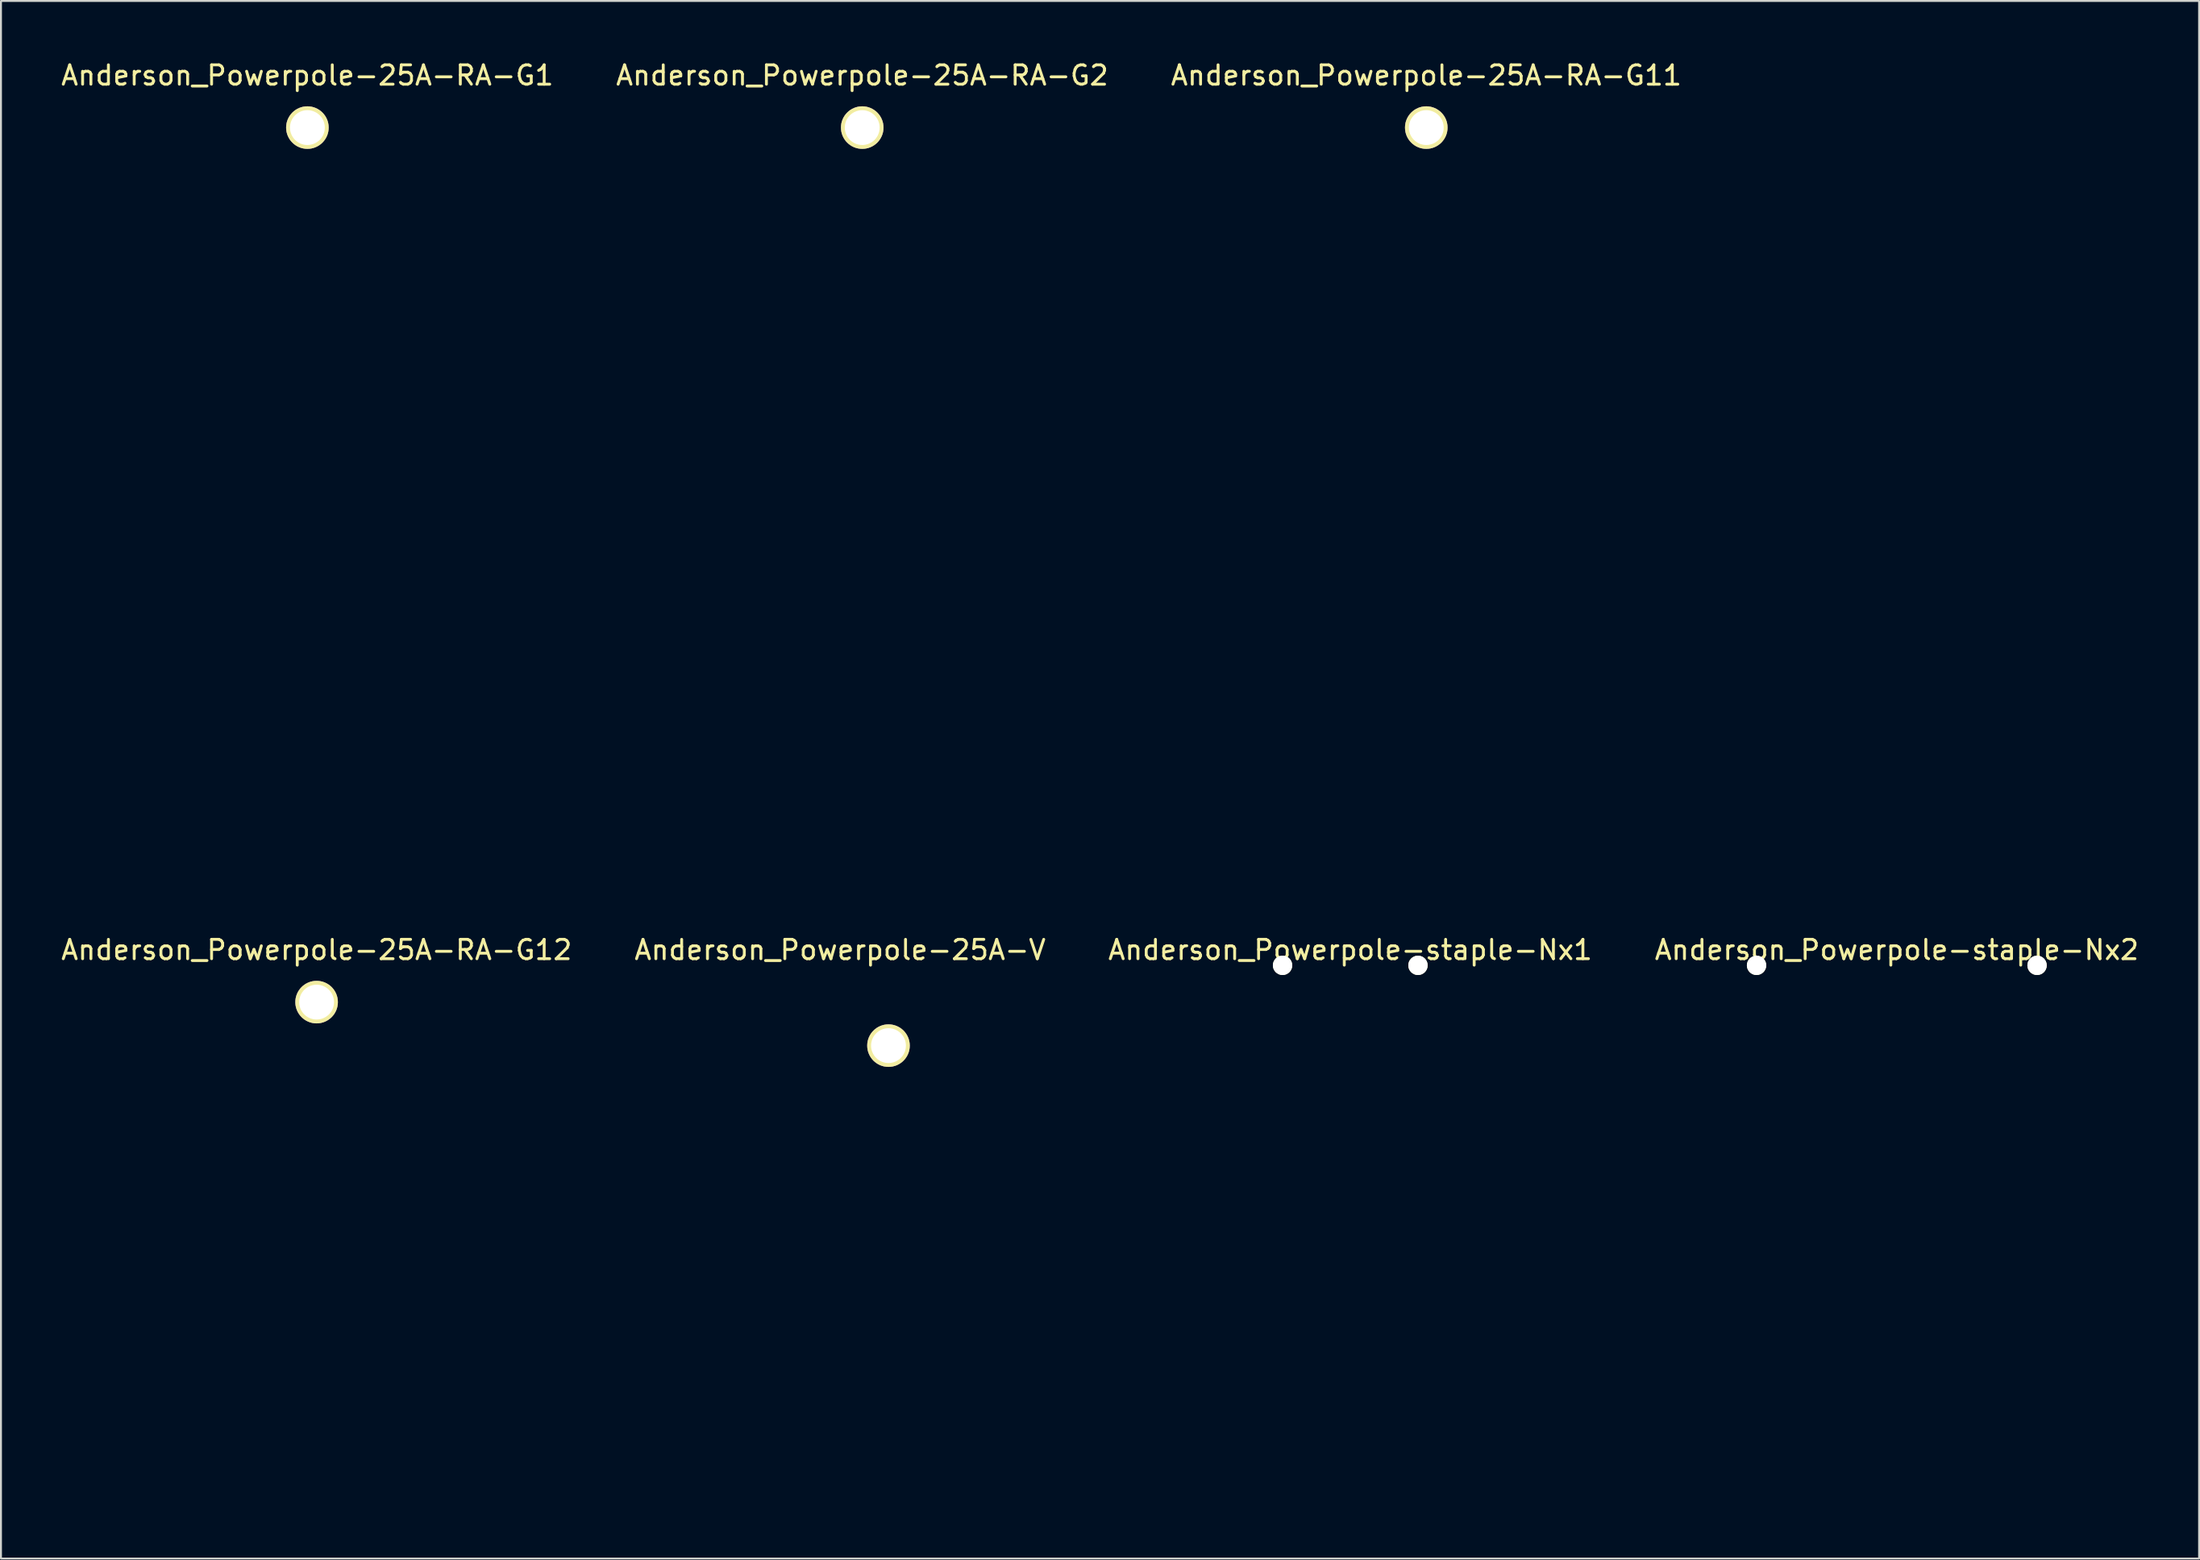
<source format=kicad_pcb>
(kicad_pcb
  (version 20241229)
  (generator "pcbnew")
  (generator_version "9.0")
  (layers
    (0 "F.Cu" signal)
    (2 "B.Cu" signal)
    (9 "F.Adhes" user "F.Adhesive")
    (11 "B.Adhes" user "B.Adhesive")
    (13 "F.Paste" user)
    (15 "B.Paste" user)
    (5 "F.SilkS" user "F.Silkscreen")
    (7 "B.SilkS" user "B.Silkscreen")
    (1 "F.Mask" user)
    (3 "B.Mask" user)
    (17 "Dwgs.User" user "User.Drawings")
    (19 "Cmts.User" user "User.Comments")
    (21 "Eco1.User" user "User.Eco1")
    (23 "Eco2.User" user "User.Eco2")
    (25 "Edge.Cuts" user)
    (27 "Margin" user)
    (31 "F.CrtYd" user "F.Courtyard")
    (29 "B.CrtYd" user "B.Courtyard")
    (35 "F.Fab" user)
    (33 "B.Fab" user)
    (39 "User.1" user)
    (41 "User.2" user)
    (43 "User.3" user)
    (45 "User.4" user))
  (footprint "Anderson_Powerpole-25A-RA-G1"
    (layer "F.Cu")
    (at 12.839 3.548)
    (property "Reference" "Anderson_Powerpole-25A-RA-G1" (at 0 -2.7 0) (layer "F.SilkS") (effects (font (size 1 1) (thickness 0.15))))
    (attr through_hole)
    (fp_line (start 0 1.5) (end 0 37.1) (stroke (width 0.15) (type solid)) (layer "Eco1.User"))
    (fp_line (start 0.25 37.1) (end -0.25 37.1) (stroke (width 0.15) (type solid)) (layer "Eco1.User"))
    (fp_line (start -4.2 14) (end 4.2 14) (stroke (width 0.15) (type solid)) (layer "Eco2.User"))
    (fp_line (start -4.1 27.4) (end -4.2 14) (stroke (width 0.15) (type solid)) (layer "Eco2.User"))
    (fp_line (start -3.95 38.6) (end -4.1 30) (stroke (width 0.15) (type solid)) (layer "Eco2.User"))
    (fp_line (start 3.95 38.6) (end -3.95 38.6) (stroke (width 0.15) (type solid)) (layer "Eco2.User"))
    (fp_line (start 3.95 38.6) (end 4.1 30) (stroke (width 0.15) (type solid)) (layer "Eco2.User"))
    (fp_line (start 4.1 27.4) (end 4.2 14) (stroke (width 0.15) (type solid)) (layer "Eco2.User"))
    (fp_arc (start -4.1 27.4) (mid -3.180761 27.780761) (end -2.8 28.7) (stroke (width 0.15) (type solid)) (layer "Eco2.User"))
    (fp_arc (start -2.8 28.7) (mid -3.180761 29.619239) (end -4.1 30) (stroke (width 0.15) (type solid)) (layer "Eco2.User"))
    (fp_arc (start 2.8 28.7) (mid 3.180761 27.780761) (end 4.1 27.4) (stroke (width 0.15) (type solid)) (layer "Eco2.User"))
    (fp_arc (start 4.1 30) (mid 3.180761 29.619239) (end 2.8 28.7) (stroke (width 0.15) (type solid)) (layer "Eco2.User"))
    (pad "1" thru_hole circle (at 0 0) (size 2.2 2.2) (drill 1.8) (layers "*.Cu" "*.Mask" "F.SilkS")))
  (footprint "Anderson_Powerpole-staple-Nx1"
    (layer "F.Cu")
    (at 66.744 46.871)
    (property "Reference" "Anderson_Powerpole-staple-Nx1" (at 0 -0.8 0) (layer "F.SilkS") (effects (font (size 1 1) (thickness 0.15))))
    (attr through_hole)
    (pad "" np_thru_hole circle (at -3.5 0) (size 1 1) (drill 1) (layers "*.Cu" "*.Mask" "F.SilkS"))
    (pad "" np_thru_hole circle (at 3.5 0) (size 1 1) (drill 1) (layers "*.Cu" "*.Mask" "F.SilkS")))
  (footprint "Anderson_Powerpole-25A-RA-G12"
    (layer "F.Cu")
    (at 13.315 48.772)
    (property "Reference" "Anderson_Powerpole-25A-RA-G12" (at 0 -2.7 0) (layer "F.SilkS") (effects (font (size 1 1) (thickness 0.15))))
    (attr through_hole)
    (fp_line (start -0.25 24.15) (end 0.25 24.15) (stroke (width 0.15) (type solid)) (layer "Eco1.User"))
    (fp_line (start 0 1.5) (end 0 24.1) (stroke (width 0.15) (type solid)) (layer "Eco1.User"))
    (fp_line (start -4.2 1.4) (end -4.1 14.5) (stroke (width 0.15) (type solid)) (layer "Eco2.User"))
    (fp_line (start -4.2 1.4) (end 4.2 1.4) (stroke (width 0.15) (type solid)) (layer "Eco2.User"))
    (fp_line (start -4.1 17.1) (end -3.95 25.7) (stroke (width 0.15) (type solid)) (layer "Eco2.User"))
    (fp_line (start 3.95 25.7) (end -3.95 25.7) (stroke (width 0.15) (type solid)) (layer "Eco2.User"))
    (fp_line (start 4.1 17.1) (end 3.95 25.7) (stroke (width 0.15) (type solid)) (layer "Eco2.User"))
    (fp_line (start 4.2 1.4) (end 4.1 14.5) (stroke (width 0.15) (type solid)) (layer "Eco2.User"))
    (fp_arc (start -4.1 14.5) (mid -3.180761 14.880761) (end -2.8 15.8) (stroke (width 0.15) (type solid)) (layer "Eco2.User"))
    (fp_arc (start -2.8 15.8) (mid -3.180761 16.719239) (end -4.1 17.1) (stroke (width 0.15) (type solid)) (layer "Eco2.User"))
    (fp_arc (start 2.8 15.8) (mid 3.180761 14.880761) (end 4.1 14.5) (stroke (width 0.15) (type solid)) (layer "Eco2.User"))
    (fp_arc (start 4.1 17.1) (mid 3.180761 16.719239) (end 2.8 15.8) (stroke (width 0.15) (type solid)) (layer "Eco2.User"))
    (pad "1" thru_hole circle (at 0 0) (size 2.2 2.2) (drill 1.8) (layers "*.Cu" "*.Mask" "F.SilkS")))
  (footprint "Anderson_Powerpole-25A-V"
    (layer "F.Cu")
    (at 42.875 51.022)
    (property "Reference" "Anderson_Powerpole-25A-V" (at -2.5 -4.95 0) (layer "F.SilkS") (effects (font (size 1 1) (thickness 0.15))))
    (attr through_hole)
    (fp_line (start -4.2 -4.2) (end 4.2 -4.2) (stroke (width 0.15) (type solid)) (layer "Eco2.User"))
    (fp_line (start -4.2 4.2) (end -4.2 -4.2) (stroke (width 0.15) (type solid)) (layer "Eco2.User"))
    (fp_line (start -3.95 -3.95) (end -3.95 3.95) (stroke (width 0.1) (type solid)) (layer "Eco2.User"))
    (fp_line (start -3.95 3.95) (end 3.95 3.95) (stroke (width 0.1) (type solid)) (layer "Eco2.User"))
    (fp_line (start 3.95 -3.95) (end -3.95 -3.95) (stroke (width 0.1) (type solid)) (layer "Eco2.User"))
    (fp_line (start 3.95 3.95) (end 3.95 -3.95) (stroke (width 0.1) (type solid)) (layer "Eco2.User"))
    (fp_line (start 4.2 -4.2) (end 4.2 4.2) (stroke (width 0.15) (type solid)) (layer "Eco2.User"))
    (fp_line (start 4.2 4.2) (end -4.2 4.2) (stroke (width 0.15) (type solid)) (layer "Eco2.User"))
    (pad "1" thru_hole circle (at 0 0) (size 2.2 2.2) (drill 1.8) (layers "*.Cu" "*.Mask" "F.SilkS")))
  (footprint "Anderson_Powerpole-25A-RA-G2"
    (layer "F.Cu")
    (at 41.518 3.548)
    (property "Reference" "Anderson_Powerpole-25A-RA-G2" (at 0 -2.7 0) (layer "F.SilkS") (effects (font (size 1 1) (thickness 0.15))))
    (attr through_hole)
    (fp_line (start 0 1.5) (end 0 33) (stroke (width 0.15) (type solid)) (layer "Eco1.User"))
    (fp_line (start 0.25 33) (end -0.25 33) (stroke (width 0.15) (type solid)) (layer "Eco1.User"))
    (fp_line (start -4.2 9.9) (end -4.1 23.3) (stroke (width 0.15) (type solid)) (layer "Eco2.User"))
    (fp_line (start -4.2 9.9) (end 4.2 9.9) (stroke (width 0.15) (type solid)) (layer "Eco2.User"))
    (fp_line (start -4.1 25.9) (end -3.95 34.5) (stroke (width 0.15) (type solid)) (layer "Eco2.User"))
    (fp_line (start 3.95 34.5) (end -3.95 34.5) (stroke (width 0.15) (type solid)) (layer "Eco2.User"))
    (fp_line (start 3.95 34.5) (end 4.1 25.9) (stroke (width 0.15) (type solid)) (layer "Eco2.User"))
    (fp_line (start 4.1 23.3) (end 4.2 9.9) (stroke (width 0.15) (type solid)) (layer "Eco2.User"))
    (fp_arc (start -4.1 23.3) (mid -3.180761 23.680761) (end -2.8 24.6) (stroke (width 0.15) (type solid)) (layer "Eco2.User"))
    (fp_arc (start -2.8 24.6) (mid -3.180761 25.519239) (end -4.1 25.9) (stroke (width 0.15) (type solid)) (layer "Eco2.User"))
    (fp_arc (start 2.8 24.6) (mid 3.180761 23.680761) (end 4.1 23.3) (stroke (width 0.15) (type solid)) (layer "Eco2.User"))
    (fp_arc (start 4.1 25.9) (mid 3.180761 25.519239) (end 2.8 24.6) (stroke (width 0.15) (type solid)) (layer "Eco2.User"))
    (pad "1" thru_hole circle (at 0 0) (size 2.2 2.2) (drill 1.8) (layers "*.Cu" "*.Mask" "F.SilkS")))
  (footprint "Anderson_Powerpole-staple-Nx2"
    (layer "F.Cu")
    (at 94.994 46.871)
    (property "Reference" "Anderson_Powerpole-staple-Nx2" (at 0 -0.8 0) (layer "F.SilkS") (effects (font (size 1 1) (thickness 0.15))))
    (attr through_hole)
    (pad "" np_thru_hole circle (at -7.25 0) (size 1 1) (drill 1) (layers "*.Cu" "*.Mask" "F.SilkS"))
    (pad "" np_thru_hole circle (at 7.25 0) (size 1 1) (drill 1) (layers "*.Cu" "*.Mask" "F.SilkS")))
  (footprint "Anderson_Powerpole-25A-RA-G11"
    (layer "F.Cu")
    (at 70.673 3.548)
    (property "Reference" "Anderson_Powerpole-25A-RA-G11" (at 0 -2.7 0) (layer "F.SilkS") (effects (font (size 1 1) (thickness 0.15))))
    (attr through_hole)
    (fp_line (start 0 1.5) (end 0 29) (stroke (width 0.15) (type solid)) (layer "Eco1.User"))
    (fp_line (start 0.25 29) (end -0.25 29) (stroke (width 0.15) (type solid)) (layer "Eco1.User"))
    (fp_line (start -4.2 6.1) (end -4.1 19.5) (stroke (width 0.15) (type solid)) (layer "Eco2.User"))
    (fp_line (start -4.2 6.1) (end 4.2 6.1) (stroke (width 0.15) (type solid)) (layer "Eco2.User"))
    (fp_line (start -4.1 22.1) (end -3.95 30.7) (stroke (width 0.15) (type solid)) (layer "Eco2.User"))
    (fp_line (start 3.95 30.7) (end -3.95 30.7) (stroke (width 0.15) (type solid)) (layer "Eco2.User"))
    (fp_line (start 3.95 30.7) (end 4.1 22.1) (stroke (width 0.15) (type solid)) (layer "Eco2.User"))
    (fp_line (start 4.1 19.5) (end 4.2 6.1) (stroke (width 0.15) (type solid)) (layer "Eco2.User"))
    (fp_arc (start -4.1 19.5) (mid -3.180761 19.880761) (end -2.8 20.8) (stroke (width 0.15) (type solid)) (layer "Eco2.User"))
    (fp_arc (start -2.8 20.8) (mid -3.180761 21.719239) (end -4.1 22.1) (stroke (width 0.15) (type solid)) (layer "Eco2.User"))
    (fp_arc (start 2.8 20.8) (mid 3.180761 19.880761) (end 4.1 19.5) (stroke (width 0.15) (type solid)) (layer "Eco2.User"))
    (fp_arc (start 4.1 22.1) (mid 3.180761 21.719239) (end 2.8 20.8) (stroke (width 0.15) (type solid)) (layer "Eco2.User"))
    (pad "1" thru_hole circle (at 0 0) (size 2.2 2.2) (drill 1.8) (layers "*.Cu" "*.Mask" "F.SilkS")))
  (gr_rect
    (start -3 -3)
    (end 110.619 77.546)
    (stroke (width 0.1) (type default))
    (fill no)
    (layer "Edge.Cuts")))
</source>
